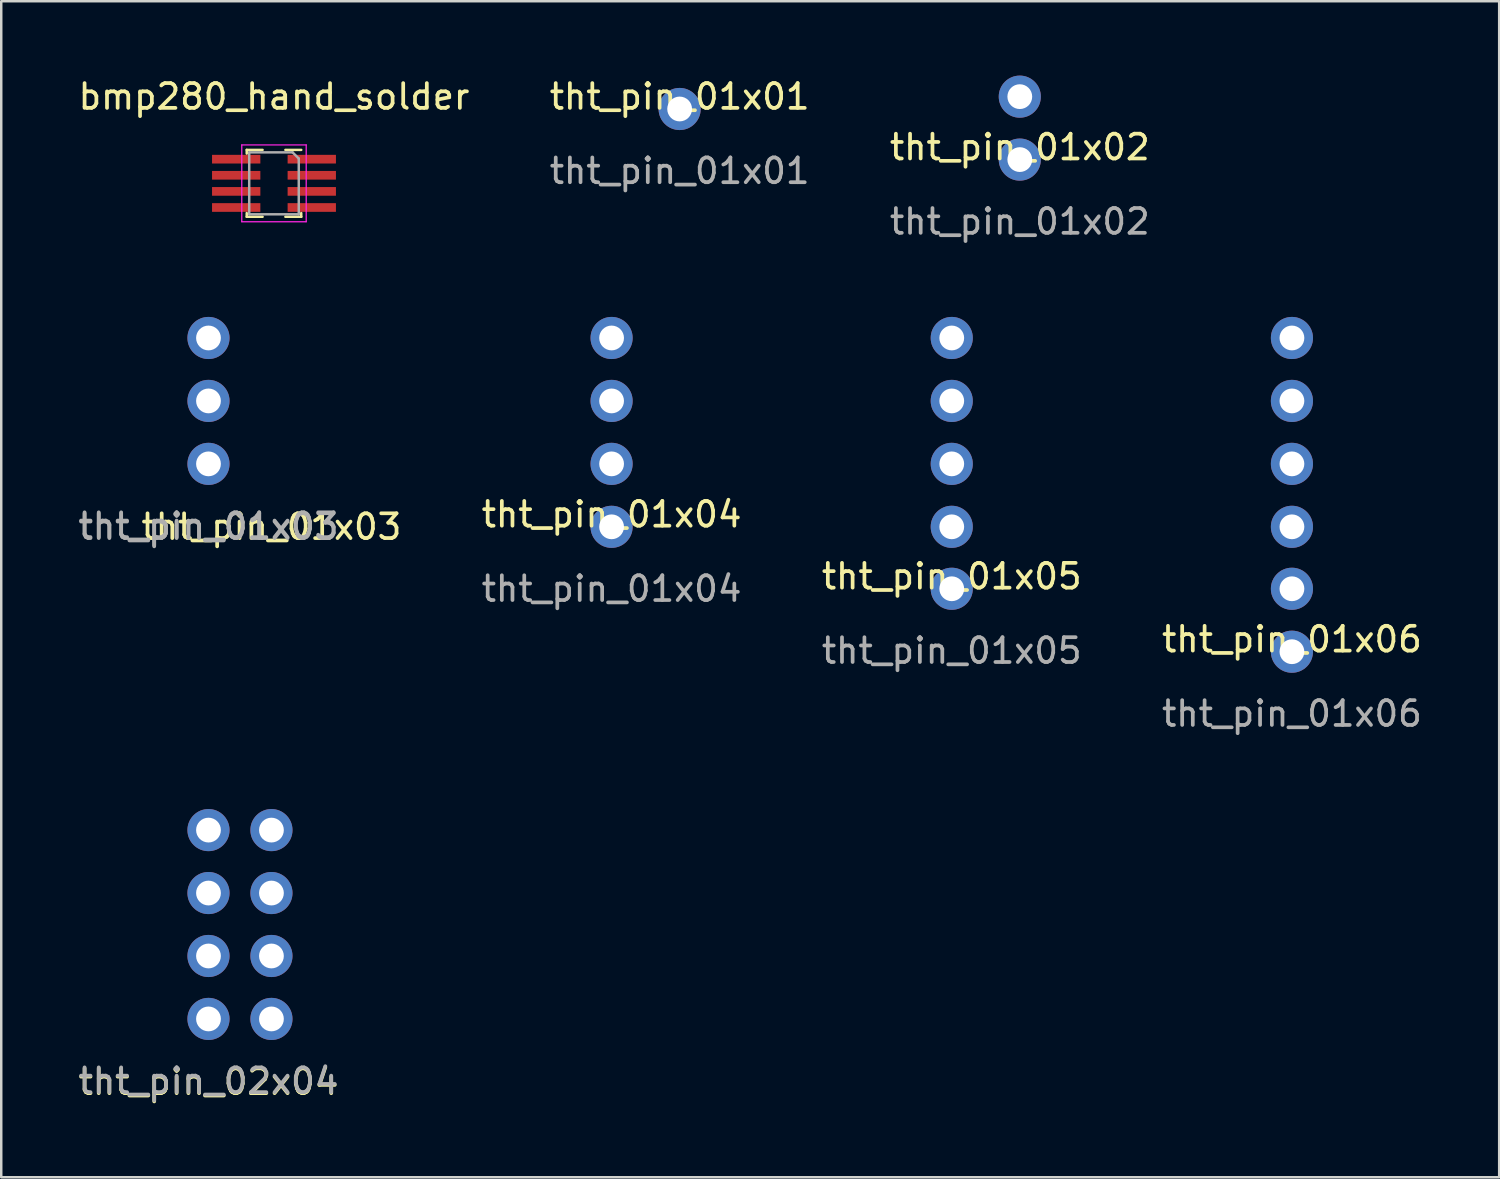
<source format=kicad_pcb>
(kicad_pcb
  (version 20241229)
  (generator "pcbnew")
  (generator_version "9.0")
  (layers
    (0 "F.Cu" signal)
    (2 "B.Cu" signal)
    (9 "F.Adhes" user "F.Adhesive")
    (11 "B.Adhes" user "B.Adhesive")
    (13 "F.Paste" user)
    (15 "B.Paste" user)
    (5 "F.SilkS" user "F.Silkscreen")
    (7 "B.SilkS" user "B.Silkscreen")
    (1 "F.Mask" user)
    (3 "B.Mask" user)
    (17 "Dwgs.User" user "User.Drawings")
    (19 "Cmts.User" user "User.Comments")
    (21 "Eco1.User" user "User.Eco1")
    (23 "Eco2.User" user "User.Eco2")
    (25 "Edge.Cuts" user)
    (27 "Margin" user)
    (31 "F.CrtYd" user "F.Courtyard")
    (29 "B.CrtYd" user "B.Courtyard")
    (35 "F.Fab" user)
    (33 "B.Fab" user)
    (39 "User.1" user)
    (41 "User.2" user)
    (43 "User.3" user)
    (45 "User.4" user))
  (footprint "tht_pin_01x02"
    (layer "F.Cu")
    (at 38.101 3.39)
    (property "Reference" "tht_pin_01x02" (at 0 -0.5 0) (unlocked yes) (layer "F.SilkS") (effects (font (size 1 1) (thickness 0.15))))
    (attr through_hole)
    (fp_text user "${REFERENCE}" (at 0 2.5 0) (unlocked yes) (layer "F.Fab") (effects (font (size 1 1) (thickness 0.15))))
    (pad "1" thru_hole circle (at 0 -2.54) (size 1.7 1.7) (drill 1) (layers "*.Cu" "*.Mask"))
    (pad "2" thru_hole circle (at 0 0) (size 1.7 1.7) (drill 1) (layers "*.Cu" "*.Mask")))
  (footprint "tht_pin_01x03"
    (layer "F.Cu")
    (at 5.363 15.668)
    (property "Reference" "tht_pin_01x03" (at 2.54 2.54 0) (unlocked yes) (layer "F.SilkS") (effects (font (size 1 1) (thickness 0.15))))
    (attr smd)
    (fp_text user "${REFERENCE}" (at 0 2.5 0) (unlocked yes) (layer "F.Fab") (effects (font (size 1 1) (thickness 0.15))))
    (fp_text user "${REFERENCE}" (at 0 2.54 0) (unlocked yes) (layer "F.Fab") (effects (font (size 1 1) (thickness 0.15))))
    (pad "1" thru_hole circle (at 0 -5.08) (size 1.7 1.7) (drill 1) (layers "*.Cu" "*.Mask"))
    (pad "2" thru_hole circle (at 0 -2.54) (size 1.7 1.7) (drill 1) (layers "*.Cu" "*.Mask"))
    (pad "3" thru_hole circle (at 0 0) (size 1.7 1.7) (drill 1) (layers "*.Cu" "*.Mask")))
  (footprint "tht_pin_01x05"
    (layer "F.Cu")
    (at 35.355 20.708)
    (property "Reference" "tht_pin_01x05" (at 0 -0.5 0) (unlocked yes) (layer "F.SilkS") (effects (font (size 1 1) (thickness 0.15))))
    (attr smd)
    (fp_text user "${REFERENCE}" (at 0 2.5 0) (unlocked yes) (layer "F.Fab") (effects (font (size 1 1) (thickness 0.15))))
    (pad "1" thru_hole circle (at 0 -10.12) (size 1.7 1.7) (drill 1) (layers "*.Cu" "*.Mask"))
    (pad "2" thru_hole circle (at 0 -7.58) (size 1.7 1.7) (drill 1) (layers "*.Cu" "*.Mask"))
    (pad "3" thru_hole circle (at 0 -5.04) (size 1.7 1.7) (drill 1) (layers "*.Cu" "*.Mask"))
    (pad "4" thru_hole circle (at 0 -2.5) (size 1.7 1.7) (drill 1) (layers "*.Cu" "*.Mask"))
    (pad "5" thru_hole circle (at 0 0) (size 1.7 1.7) (drill 1) (layers "*.Cu" "*.Mask")))
  (footprint "tht_pin_02x04"
    (layer "F.Cu")
    (at 5.363 38.066)
    (property "Reference" "tht_pin_02x04" (at 0 2.54 0) (unlocked yes) (layer "F.SilkS") (effects (font (size 1 1) (thickness 0.15))))
    (attr through_hole)
    (fp_text user "${REFERENCE}" (at 0 2.5 0) (unlocked yes) (layer "F.Fab") (effects (font (size 1 1) (thickness 0.15))))
    (pad "1" thru_hole circle (at 0 -7.62) (size 1.7 1.7) (drill 1) (layers "*.Cu" "*.Mask"))
    (pad "2" thru_hole circle (at 2.54 -7.62) (size 1.7 1.7) (drill 1) (layers "*.Cu" "*.Mask"))
    (pad "3" thru_hole circle (at 0 -5.08) (size 1.7 1.7) (drill 1) (layers "*.Cu" "*.Mask"))
    (pad "4" thru_hole circle (at 2.54 -5.08) (size 1.7 1.7) (drill 1) (layers "*.Cu" "*.Mask"))
    (pad "5" thru_hole circle (at 0 -2.54) (size 1.7 1.7) (drill 1) (layers "*.Cu" "*.Mask"))
    (pad "6" thru_hole circle (at 2.54 -2.54) (size 1.7 1.7) (drill 1) (layers "*.Cu" "*.Mask"))
    (pad "7" thru_hole circle (at 0 0) (size 1.7 1.7) (drill 1) (layers "*.Cu" "*.Mask"))
    (pad "8" thru_hole circle (at 2.54 0) (size 1.7 1.7) (drill 1) (layers "*.Cu" "*.Mask")))
  (footprint "tht_pin_01x04"
    (layer "F.Cu")
    (at 21.629 18.208)
    (property "Reference" "tht_pin_01x04" (at 0 -0.5 0) (unlocked yes) (layer "F.SilkS") (effects (font (size 1 1) (thickness 0.15))))
    (attr through_hole)
    (fp_text user "${REFERENCE}" (at 0 2.5 0) (unlocked yes) (layer "F.Fab") (effects (font (size 1 1) (thickness 0.15))))
    (pad "1" thru_hole circle (at 0 -7.62) (size 1.7 1.7) (drill 1) (layers "*.Cu" "*.Mask"))
    (pad "2" thru_hole circle (at 0 -5.08) (size 1.7 1.7) (drill 1) (layers "*.Cu" "*.Mask"))
    (pad "3" thru_hole circle (at 0 -2.54) (size 1.7 1.7) (drill 1) (layers "*.Cu" "*.Mask"))
    (pad "4" thru_hole circle (at 0 0) (size 1.7 1.7) (drill 1) (layers "*.Cu" "*.Mask")))
  (footprint "tht_pin_01x06"
    (layer "F.Cu")
    (at 49.082 23.248)
    (property "Reference" "tht_pin_01x06" (at 0 -0.5 0) (unlocked yes) (layer "F.SilkS") (effects (font (size 1 1) (thickness 0.15))))
    (attr through_hole)
    (fp_text user "${REFERENCE}" (at 0 2.5 0) (unlocked yes) (layer "F.Fab") (effects (font (size 1 1) (thickness 0.15))))
    (pad "1" thru_hole circle (at 0 -12.66) (size 1.7 1.7) (drill 1) (layers "*.Cu" "*.Mask"))
    (pad "2" thru_hole circle (at 0 -10.12) (size 1.7 1.7) (drill 1) (layers "*.Cu" "*.Mask"))
    (pad "3" thru_hole circle (at 0 -7.58) (size 1.7 1.7) (drill 1) (layers "*.Cu" "*.Mask"))
    (pad "4" thru_hole circle (at 0 -5.04) (size 1.7 1.7) (drill 1) (layers "*.Cu" "*.Mask"))
    (pad "5" thru_hole circle (at 0 -2.54) (size 1.7 1.7) (drill 1) (layers "*.Cu" "*.Mask"))
    (pad "6" thru_hole circle (at 0 0) (size 1.7 1.7) (drill 1) (layers "*.Cu" "*.Mask")))
  (footprint "tht_pin_01x01"
    (layer "F.Cu")
    (at 24.375 1.348)
    (property "Reference" "tht_pin_01x01" (at 0 -0.5 0) (unlocked yes) (layer "F.SilkS") (effects (font (size 1 1) (thickness 0.15))))
    (attr through_hole)
    (fp_text user "${REFERENCE}" (at 0 2.5 0) (unlocked yes) (layer "F.Fab") (effects (font (size 1 1) (thickness 0.15))))
    (pad "1" thru_hole circle (at 0 0) (size 1.7 1.7) (drill 1) (layers "*.Cu" "*.Mask")))
  (footprint "bmp280_hand_solder"
    (layer "F.Cu")
    (at 8.006 4.348)
    (property "Reference" "bmp280_hand_solder" (at 0 -3.5 0) (unlocked yes) (layer "F.SilkS") (effects (font (size 1 1) (thickness 0.15))))
    (attr smd)
    (fp_line (start -1.1 -1.35) (end -1.1 -1.2) (stroke (width 0.1) (type solid)) (layer "F.SilkS"))
    (fp_line (start -1.1 -1.35) (end -0.46 -1.35) (stroke (width 0.1) (type solid)) (layer "F.SilkS"))
    (fp_line (start -1.1 1.2) (end -1.1 1.35) (stroke (width 0.1) (type solid)) (layer "F.SilkS"))
    (fp_line (start -1.1 1.35) (end -0.46 1.35) (stroke (width 0.1) (type solid)) (layer "F.SilkS"))
    (fp_line (start 0.46 -1.35) (end 1.1 -1.35) (stroke (width 0.1) (type solid)) (layer "F.SilkS"))
    (fp_line (start 0.46 1.35) (end 1.1 1.35) (stroke (width 0.1) (type solid)) (layer "F.SilkS"))
    (fp_line (start 1.1 1.2) (end 1.1 1.35) (stroke (width 0.1) (type solid)) (layer "F.SilkS"))
    (fp_line (start -1.3 -1.55) (end 1.3 -1.55) (stroke (width 0.05) (type solid)) (layer "F.CrtYd"))
    (fp_line (start -1.3 1.55) (end -1.3 -1.55) (stroke (width 0.05) (type solid)) (layer "F.CrtYd"))
    (fp_line (start 1.3 -1.55) (end 1.3 1.55) (stroke (width 0.05) (type solid)) (layer "F.CrtYd"))
    (fp_line (start 1.3 1.55) (end -1.3 1.55) (stroke (width 0.05) (type solid)) (layer "F.CrtYd"))
    (fp_line (start -1 -1.25) (end -1 1.25) (stroke (width 0.1) (type solid)) (layer "F.Fab"))
    (fp_line (start -1 -1.25) (end 0.75 -1.25) (stroke (width 0.1) (type solid)) (layer "F.Fab"))
    (fp_line (start 1 -1) (end 0.75 -1.25) (stroke (width 0.1) (type solid)) (layer "F.Fab"))
    (fp_line (start 1 1.25) (end -1 1.25) (stroke (width 0.1) (type solid)) (layer "F.Fab"))
    (fp_line (start 1 1.25) (end 1 -1) (stroke (width 0.1) (type solid)) (layer "F.Fab"))
    (pad "1" smd rect (at 1.525 -0.975) (size 1.95 0.35) (layers "F.Cu" "F.Mask" "F.Paste"))
    (pad "2" smd rect (at 1.525 -0.325) (size 1.95 0.35) (layers "F.Cu" "F.Mask" "F.Paste"))
    (pad "3" smd rect (at 1.525 0.325) (size 1.95 0.35) (layers "F.Cu" "F.Mask" "F.Paste"))
    (pad "4" smd rect (at 1.525 0.975) (size 1.95 0.35) (layers "F.Cu" "F.Mask" "F.Paste"))
    (pad "5" smd rect (at -1.525 0.975) (size 1.95 0.35) (layers "F.Cu" "F.Mask" "F.Paste"))
    (pad "6" smd rect (at -1.525 0.325) (size 1.95 0.35) (layers "F.Cu" "F.Mask" "F.Paste"))
    (pad "7" smd rect (at -1.525 -0.325) (size 1.95 0.35) (layers "F.Cu" "F.Mask" "F.Paste"))
    (pad "8" smd rect (at -1.525 -0.975) (size 1.95 0.35) (layers "F.Cu" "F.Mask" "F.Paste")))
  (gr_rect
    (start -3 -3)
    (end 57.445 44.455)
    (stroke (width 0.1) (type default))
    (fill no)
    (layer "Edge.Cuts")))
</source>
